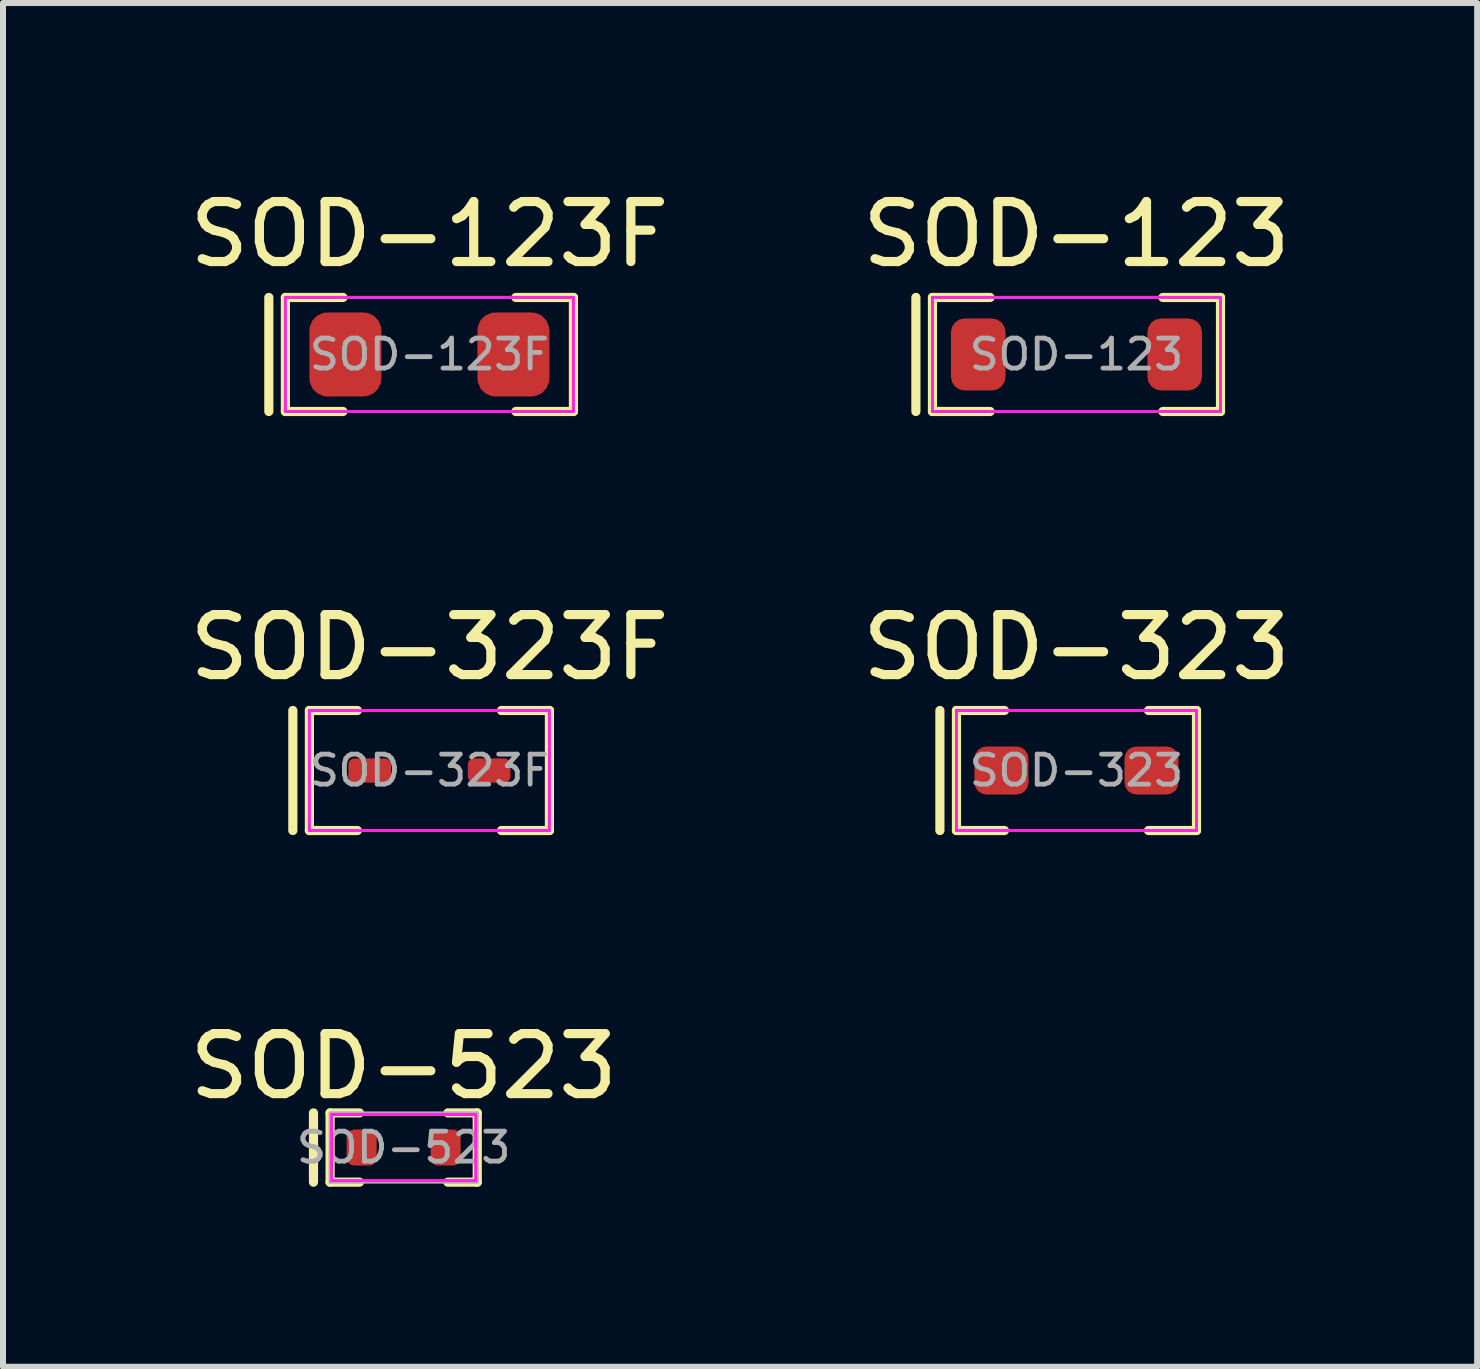
<source format=kicad_pcb>
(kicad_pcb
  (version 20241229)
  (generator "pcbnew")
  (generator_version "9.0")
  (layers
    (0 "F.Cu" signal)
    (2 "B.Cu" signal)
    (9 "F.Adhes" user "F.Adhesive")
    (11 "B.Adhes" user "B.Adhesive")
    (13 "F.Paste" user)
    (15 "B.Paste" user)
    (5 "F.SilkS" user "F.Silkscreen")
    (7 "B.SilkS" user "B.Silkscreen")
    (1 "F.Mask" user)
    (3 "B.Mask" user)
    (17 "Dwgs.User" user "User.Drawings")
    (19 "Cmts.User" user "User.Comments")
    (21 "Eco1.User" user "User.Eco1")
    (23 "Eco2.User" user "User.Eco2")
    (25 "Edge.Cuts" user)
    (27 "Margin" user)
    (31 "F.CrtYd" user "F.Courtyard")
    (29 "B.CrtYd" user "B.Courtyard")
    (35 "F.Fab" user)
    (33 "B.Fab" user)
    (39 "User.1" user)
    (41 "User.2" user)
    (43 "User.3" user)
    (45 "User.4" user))
  (footprint "SOD-123"
    (layer "F.Cu")
    (at 14.889 2.857)
    (property "Reference" "SOD-123" (at 0 -2.003 0) (layer "F.SilkS") (effects (font (size 1 1) (thickness 0.153))))
    (attr smd)
    (fp_line (start -2.676 -0.95) (end -2.676 0.95) (stroke (width 0.153) (type default)) (layer "F.SilkS"))
    (fp_line (start -2.4 -0.95) (end -2.4 0.95) (stroke (width 0.153) (type default)) (layer "F.SilkS"))
    (fp_line (start -2.4 -0.95) (end -1.44 -0.95) (stroke (width 0.153) (type default)) (layer "F.SilkS"))
    (fp_line (start -2.4 0.95) (end -1.44 0.95) (stroke (width 0.153) (type default)) (layer "F.SilkS"))
    (fp_line (start 2.4 -0.95) (end 1.44 -0.95) (stroke (width 0.153) (type default)) (layer "F.SilkS"))
    (fp_line (start 2.4 -0.95) (end 2.4 0.95) (stroke (width 0.153) (type default)) (layer "F.SilkS"))
    (fp_line (start 2.4 0.95) (end 1.44 0.95) (stroke (width 0.153) (type default)) (layer "F.SilkS"))
    (fp_line (start -2.4 -0.95) (end 2.4 -0.95) (stroke (width 0.05) (type default)) (layer "F.CrtYd"))
    (fp_line (start -2.4 0.95) (end -2.4 -0.95) (stroke (width 0.05) (type default)) (layer "F.CrtYd"))
    (fp_line (start 2.4 -0.95) (end 2.4 0.95) (stroke (width 0.05) (type default)) (layer "F.CrtYd"))
    (fp_line (start 2.4 0.95) (end -2.4 0.95) (stroke (width 0.05) (type default)) (layer "F.CrtYd"))
    (fp_line (start -2.4 -0.95) (end 2.4 -0.95) (stroke (width 0.05) (type default)) (layer "F.Fab"))
    (fp_line (start -2.4 0.95) (end -2.4 -0.95) (stroke (width 0.05) (type default)) (layer "F.Fab"))
    (fp_line (start 2.4 -0.95) (end 2.4 0.95) (stroke (width 0.05) (type default)) (layer "F.Fab"))
    (fp_line (start 2.4 0.95) (end -2.4 0.95) (stroke (width 0.05) (type default)) (layer "F.Fab"))
    (fp_text user "${REFERENCE}" (at 0 0 0) (layer "F.Fab") (effects (font (size 0.5 0.5) (thickness 0.08))))
    (pad "A" smd roundrect (at 1.637 0) (size 0.91 1.2) (layers "F.Cu" "F.Mask" "F.Paste") (roundrect_rratio 0.25))
    (pad "C" smd roundrect (at -1.637 0) (size 0.91 1.2) (layers "F.Cu" "F.Mask" "F.Paste") (roundrect_rratio 0.25)))
  (footprint "SOD-323F"
    (layer "F.Cu")
    (at 4.106 9.79)
    (property "Reference" "SOD-323F" (at 0 -2.053 0) (layer "F.SilkS") (effects (font (size 1 1) (thickness 0.153))))
    (attr smd)
    (fp_line (start -2.276 -1) (end -2.276 1) (stroke (width 0.153) (type default)) (layer "F.SilkS"))
    (fp_line (start -2 -1) (end -2 1) (stroke (width 0.153) (type default)) (layer "F.SilkS"))
    (fp_line (start -2 -1) (end -1.2 -1) (stroke (width 0.153) (type default)) (layer "F.SilkS"))
    (fp_line (start -2 1) (end -1.2 1) (stroke (width 0.153) (type default)) (layer "F.SilkS"))
    (fp_line (start 2 -1) (end 1.2 -1) (stroke (width 0.153) (type default)) (layer "F.SilkS"))
    (fp_line (start 2 -1) (end 2 1) (stroke (width 0.153) (type default)) (layer "F.SilkS"))
    (fp_line (start 2 1) (end 1.2 1) (stroke (width 0.153) (type default)) (layer "F.SilkS"))
    (fp_line (start -2 -1) (end 2 -1) (stroke (width 0.05) (type default)) (layer "F.CrtYd"))
    (fp_line (start -2 1) (end -2 -1) (stroke (width 0.05) (type default)) (layer "F.CrtYd"))
    (fp_line (start 2 -1) (end 2 1) (stroke (width 0.05) (type default)) (layer "F.CrtYd"))
    (fp_line (start 2 1) (end -2 1) (stroke (width 0.05) (type default)) (layer "F.CrtYd"))
    (fp_line (start -2 -1) (end 2 -1) (stroke (width 0.05) (type default)) (layer "F.Fab"))
    (fp_line (start -2 1) (end -2 -1) (stroke (width 0.05) (type default)) (layer "F.Fab"))
    (fp_line (start 2 -1) (end 2 1) (stroke (width 0.05) (type default)) (layer "F.Fab"))
    (fp_line (start 2 1) (end -2 1) (stroke (width 0.05) (type default)) (layer "F.Fab"))
    (fp_text user "${REFERENCE}" (at 0 0 0) (layer "F.Fab") (effects (font (size 0.5 0.5) (thickness 0.08))))
    (pad "A" smd roundrect (at 0.995 0) (size 0.71 0.403) (layers "F.Cu" "F.Mask" "F.Paste") (roundrect_rratio 0.25))
    (pad "C" smd roundrect (at -0.995 0) (size 0.71 0.403) (layers "F.Cu" "F.Mask" "F.Paste") (roundrect_rratio 0.25)))
  (footprint "SOD-323"
    (layer "F.Cu")
    (at 14.889 9.79)
    (property "Reference" "SOD-323" (at 0 -2.053 0) (layer "F.SilkS") (effects (font (size 1 1) (thickness 0.153))))
    (attr smd)
    (fp_line (start -2.276 -1) (end -2.276 1) (stroke (width 0.153) (type default)) (layer "F.SilkS"))
    (fp_line (start -2 -1) (end -2 1) (stroke (width 0.153) (type default)) (layer "F.SilkS"))
    (fp_line (start -2 -1) (end -1.2 -1) (stroke (width 0.153) (type default)) (layer "F.SilkS"))
    (fp_line (start -2 1) (end -1.2 1) (stroke (width 0.153) (type default)) (layer "F.SilkS"))
    (fp_line (start 2 -1) (end 1.2 -1) (stroke (width 0.153) (type default)) (layer "F.SilkS"))
    (fp_line (start 2 -1) (end 2 1) (stroke (width 0.153) (type default)) (layer "F.SilkS"))
    (fp_line (start 2 1) (end 1.2 1) (stroke (width 0.153) (type default)) (layer "F.SilkS"))
    (fp_line (start -2 -1) (end 2 -1) (stroke (width 0.05) (type default)) (layer "F.CrtYd"))
    (fp_line (start -2 1) (end -2 -1) (stroke (width 0.05) (type default)) (layer "F.CrtYd"))
    (fp_line (start 2 -1) (end 2 1) (stroke (width 0.05) (type default)) (layer "F.CrtYd"))
    (fp_line (start 2 1) (end -2 1) (stroke (width 0.05) (type default)) (layer "F.CrtYd"))
    (fp_line (start -2 -1) (end 2 -1) (stroke (width 0.05) (type default)) (layer "F.Fab"))
    (fp_line (start -2 1) (end -2 -1) (stroke (width 0.05) (type default)) (layer "F.Fab"))
    (fp_line (start 2 -1) (end 2 1) (stroke (width 0.05) (type default)) (layer "F.Fab"))
    (fp_line (start 2 1) (end -2 1) (stroke (width 0.05) (type default)) (layer "F.Fab"))
    (fp_text user "${REFERENCE}" (at 0 0 0) (layer "F.Fab") (effects (font (size 0.5 0.5) (thickness 0.08))))
    (pad "A" smd roundrect (at 1.25 0) (size 0.9 0.8) (layers "F.Cu" "F.Mask" "F.Paste") (roundrect_rratio 0.25))
    (pad "C" smd roundrect (at -1.25 0) (size 0.9 0.8) (layers "F.Cu" "F.Mask" "F.Paste") (roundrect_rratio 0.25)))
  (footprint "SOD-523"
    (layer "F.Cu")
    (at 3.677 16.073)
    (property "Reference" "SOD-523" (at 0 -1.353 0) (layer "F.SilkS") (effects (font (size 1 1) (thickness 0.153))))
    (attr smd)
    (fp_line (start -1.503 -0.577) (end -1.503 0.577) (stroke (width 0.153) (type default)) (layer "F.SilkS"))
    (fp_line (start -1.226 -0.577) (end -1.226 0.577) (stroke (width 0.153) (type default)) (layer "F.SilkS"))
    (fp_line (start -1.226 -0.577) (end -0.736 -0.577) (stroke (width 0.153) (type default)) (layer "F.SilkS"))
    (fp_line (start -1.226 0.577) (end -0.736 0.577) (stroke (width 0.153) (type default)) (layer "F.SilkS"))
    (fp_line (start 1.226 -0.577) (end 0.736 -0.577) (stroke (width 0.153) (type default)) (layer "F.SilkS"))
    (fp_line (start 1.226 -0.577) (end 1.226 0.577) (stroke (width 0.153) (type default)) (layer "F.SilkS"))
    (fp_line (start 1.226 0.577) (end 0.736 0.577) (stroke (width 0.153) (type default)) (layer "F.SilkS"))
    (fp_line (start -1.2 -0.55) (end 1.2 -0.55) (stroke (width 0.05) (type default)) (layer "F.CrtYd"))
    (fp_line (start -1.2 0.55) (end -1.2 -0.55) (stroke (width 0.05) (type default)) (layer "F.CrtYd"))
    (fp_line (start 1.2 -0.55) (end 1.2 0.55) (stroke (width 0.05) (type default)) (layer "F.CrtYd"))
    (fp_line (start 1.2 0.55) (end -1.2 0.55) (stroke (width 0.05) (type default)) (layer "F.CrtYd"))
    (fp_line (start -1.226 -0.577) (end 1.226 -0.577) (stroke (width 0.05) (type default)) (layer "F.Fab"))
    (fp_line (start -1.226 0.577) (end -1.226 -0.577) (stroke (width 0.05) (type default)) (layer "F.Fab"))
    (fp_line (start 1.226 -0.577) (end 1.226 0.577) (stroke (width 0.05) (type default)) (layer "F.Fab"))
    (fp_line (start 1.226 0.577) (end -1.226 0.577) (stroke (width 0.05) (type default)) (layer "F.Fab"))
    (fp_text user "${REFERENCE}" (at 0 0 0) (layer "F.Fab") (effects (font (size 0.5 0.5) (thickness 0.08))))
    (pad "A" smd roundrect (at 0.7 0) (size 0.5 0.6) (layers "F.Cu" "F.Mask" "F.Paste") (roundrect_rratio 0.25))
    (pad "C" smd roundrect (at -0.7 0) (size 0.5 0.6) (layers "F.Cu" "F.Mask" "F.Paste") (roundrect_rratio 0.25)))
  (footprint "SOD-123F"
    (layer "F.Cu")
    (at 4.106 2.857)
    (property "Reference" "SOD-123F" (at 0 -2.003 0) (layer "F.SilkS") (effects (font (size 1 1) (thickness 0.153))))
    (attr smd)
    (fp_line (start -2.676 -0.95) (end -2.676 0.95) (stroke (width 0.153) (type default)) (layer "F.SilkS"))
    (fp_line (start -2.4 -0.95) (end -2.4 0.95) (stroke (width 0.153) (type default)) (layer "F.SilkS"))
    (fp_line (start -2.4 -0.95) (end -1.44 -0.95) (stroke (width 0.153) (type default)) (layer "F.SilkS"))
    (fp_line (start -2.4 0.95) (end -1.44 0.95) (stroke (width 0.153) (type default)) (layer "F.SilkS"))
    (fp_line (start 2.4 -0.95) (end 1.44 -0.95) (stroke (width 0.153) (type default)) (layer "F.SilkS"))
    (fp_line (start 2.4 -0.95) (end 2.4 0.95) (stroke (width 0.153) (type default)) (layer "F.SilkS"))
    (fp_line (start 2.4 0.95) (end 1.44 0.95) (stroke (width 0.153) (type default)) (layer "F.SilkS"))
    (fp_line (start -2.4 -0.95) (end 2.4 -0.95) (stroke (width 0.05) (type default)) (layer "F.CrtYd"))
    (fp_line (start -2.4 0.95) (end -2.4 -0.95) (stroke (width 0.05) (type default)) (layer "F.CrtYd"))
    (fp_line (start 2.4 -0.95) (end 2.4 0.95) (stroke (width 0.05) (type default)) (layer "F.CrtYd"))
    (fp_line (start 2.4 0.95) (end -2.4 0.95) (stroke (width 0.05) (type default)) (layer "F.CrtYd"))
    (fp_line (start -2.4 -0.95) (end 2.4 -0.95) (stroke (width 0.05) (type default)) (layer "F.Fab"))
    (fp_line (start -2.4 0.95) (end -2.4 -0.95) (stroke (width 0.05) (type default)) (layer "F.Fab"))
    (fp_line (start 2.4 -0.95) (end 2.4 0.95) (stroke (width 0.05) (type default)) (layer "F.Fab"))
    (fp_line (start 2.4 0.95) (end -2.4 0.95) (stroke (width 0.05) (type default)) (layer "F.Fab"))
    (fp_text user "${REFERENCE}" (at 0 0 0) (layer "F.Fab") (effects (font (size 0.5 0.5) (thickness 0.08))))
    (pad "A" smd roundrect (at 1.4 0) (size 1.2 1.4) (layers "F.Cu" "F.Mask" "F.Paste") (roundrect_rratio 0.25))
    (pad "C" smd roundrect (at -1.4 0) (size 1.2 1.4) (layers "F.Cu" "F.Mask" "F.Paste") (roundrect_rratio 0.25)))
  (gr_rect
    (start -3 -3)
    (end 21.566 19.726)
    (stroke (width 0.1) (type default))
    (fill no)
    (layer "Edge.Cuts")))
</source>
